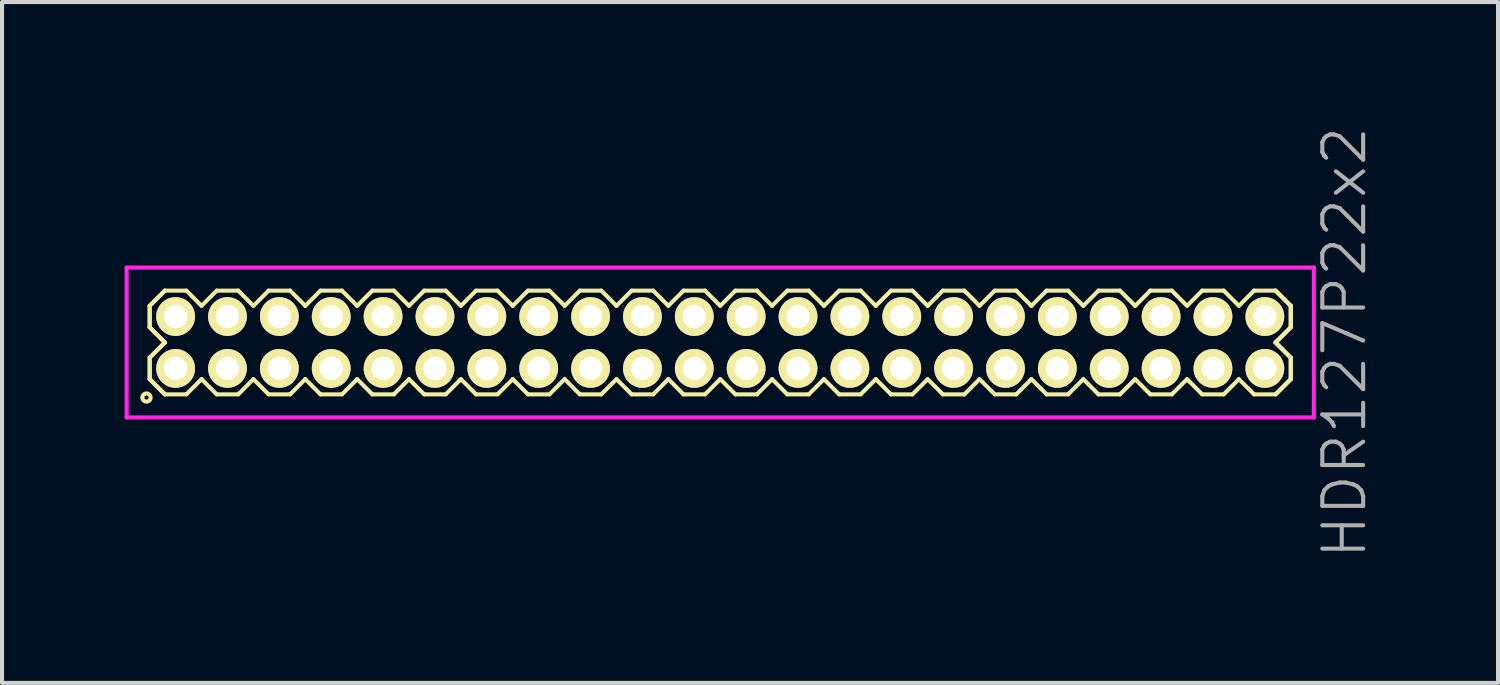
<source format=kicad_pcb>
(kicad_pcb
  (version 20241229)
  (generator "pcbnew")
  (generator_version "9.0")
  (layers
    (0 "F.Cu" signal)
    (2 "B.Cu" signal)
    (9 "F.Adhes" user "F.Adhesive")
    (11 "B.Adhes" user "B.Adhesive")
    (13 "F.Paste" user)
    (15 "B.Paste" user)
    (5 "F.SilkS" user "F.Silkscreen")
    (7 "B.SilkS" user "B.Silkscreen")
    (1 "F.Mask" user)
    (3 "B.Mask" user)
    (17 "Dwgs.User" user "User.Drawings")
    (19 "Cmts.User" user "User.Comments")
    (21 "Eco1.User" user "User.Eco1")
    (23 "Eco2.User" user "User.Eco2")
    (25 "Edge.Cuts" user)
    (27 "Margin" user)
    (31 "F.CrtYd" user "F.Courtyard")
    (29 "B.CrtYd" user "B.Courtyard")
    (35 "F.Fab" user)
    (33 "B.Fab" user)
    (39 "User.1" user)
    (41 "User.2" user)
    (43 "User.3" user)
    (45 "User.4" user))
  (footprint "HDR127P22x2"
    (layer "F.Cu")
    (at 14.585 5.336)
    (property "Reference" "HDR127P22x2" (at 15.285 0 90) (layer "F.Fab") (effects (font (size 1 1) (thickness 0.1))))
    (attr through_hole)
    (fp_line (start -13.97 -0.898) (end -13.598 -1.27) (stroke (width 0.1) (type solid)) (layer "F.SilkS"))
    (fp_line (start -13.97 -0.898) (end -13.598 -1.27) (stroke (width 0.1) (type solid)) (layer "F.SilkS"))
    (fp_line (start -13.97 -0.372) (end -13.97 -0.898) (stroke (width 0.1) (type solid)) (layer "F.SilkS"))
    (fp_line (start -13.97 -0.372) (end -13.97 -0.898) (stroke (width 0.1) (type solid)) (layer "F.SilkS"))
    (fp_line (start -13.97 0.372) (end -13.598 0) (stroke (width 0.1) (type solid)) (layer "F.SilkS"))
    (fp_line (start -13.97 0.372) (end -13.598 0) (stroke (width 0.1) (type solid)) (layer "F.SilkS"))
    (fp_line (start -13.97 0.898) (end -13.97 0.372) (stroke (width 0.1) (type solid)) (layer "F.SilkS"))
    (fp_line (start -13.97 0.898) (end -13.97 0.372) (stroke (width 0.1) (type solid)) (layer "F.SilkS"))
    (fp_line (start -13.598 -1.27) (end -13.072 -1.27) (stroke (width 0.1) (type solid)) (layer "F.SilkS"))
    (fp_line (start -13.598 0) (end -13.97 -0.372) (stroke (width 0.1) (type solid)) (layer "F.SilkS"))
    (fp_line (start -13.598 0) (end -13.97 -0.372) (stroke (width 0.1) (type solid)) (layer "F.SilkS"))
    (fp_line (start -13.598 1.27) (end -13.97 0.898) (stroke (width 0.1) (type solid)) (layer "F.SilkS"))
    (fp_line (start -13.598 1.27) (end -13.97 0.898) (stroke (width 0.1) (type solid)) (layer "F.SilkS"))
    (fp_line (start -13.072 -1.27) (end -12.7 -0.898) (stroke (width 0.1) (type solid)) (layer "F.SilkS"))
    (fp_line (start -13.072 1.27) (end -13.598 1.27) (stroke (width 0.1) (type solid)) (layer "F.SilkS"))
    (fp_line (start -12.7 -0.898) (end -12.328 -1.27) (stroke (width 0.1) (type solid)) (layer "F.SilkS"))
    (fp_line (start -12.7 0.898) (end -13.072 1.27) (stroke (width 0.1) (type solid)) (layer "F.SilkS"))
    (fp_line (start -12.328 -1.27) (end -11.802 -1.27) (stroke (width 0.1) (type solid)) (layer "F.SilkS"))
    (fp_line (start -12.328 1.27) (end -12.7 0.898) (stroke (width 0.1) (type solid)) (layer "F.SilkS"))
    (fp_line (start -11.802 -1.27) (end -11.43 -0.898) (stroke (width 0.1) (type solid)) (layer "F.SilkS"))
    (fp_line (start -11.802 1.27) (end -12.328 1.27) (stroke (width 0.1) (type solid)) (layer "F.SilkS"))
    (fp_line (start -11.43 -0.898) (end -11.058 -1.27) (stroke (width 0.1) (type solid)) (layer "F.SilkS"))
    (fp_line (start -11.43 0.898) (end -11.802 1.27) (stroke (width 0.1) (type solid)) (layer "F.SilkS"))
    (fp_line (start -11.058 -1.27) (end -10.532 -1.27) (stroke (width 0.1) (type solid)) (layer "F.SilkS"))
    (fp_line (start -11.058 1.27) (end -11.43 0.898) (stroke (width 0.1) (type solid)) (layer "F.SilkS"))
    (fp_line (start -10.532 -1.27) (end -10.16 -0.898) (stroke (width 0.1) (type solid)) (layer "F.SilkS"))
    (fp_line (start -10.532 1.27) (end -11.058 1.27) (stroke (width 0.1) (type solid)) (layer "F.SilkS"))
    (fp_line (start -10.16 -0.898) (end -9.788 -1.27) (stroke (width 0.1) (type solid)) (layer "F.SilkS"))
    (fp_line (start -10.16 0.898) (end -10.532 1.27) (stroke (width 0.1) (type solid)) (layer "F.SilkS"))
    (fp_line (start -9.788 -1.27) (end -9.262 -1.27) (stroke (width 0.1) (type solid)) (layer "F.SilkS"))
    (fp_line (start -9.788 1.27) (end -10.16 0.898) (stroke (width 0.1) (type solid)) (layer "F.SilkS"))
    (fp_line (start -9.262 -1.27) (end -8.89 -0.898) (stroke (width 0.1) (type solid)) (layer "F.SilkS"))
    (fp_line (start -9.262 1.27) (end -9.788 1.27) (stroke (width 0.1) (type solid)) (layer "F.SilkS"))
    (fp_line (start -8.89 -0.898) (end -8.518 -1.27) (stroke (width 0.1) (type solid)) (layer "F.SilkS"))
    (fp_line (start -8.89 0.898) (end -9.262 1.27) (stroke (width 0.1) (type solid)) (layer "F.SilkS"))
    (fp_line (start -8.518 -1.27) (end -7.992 -1.27) (stroke (width 0.1) (type solid)) (layer "F.SilkS"))
    (fp_line (start -8.518 1.27) (end -8.89 0.898) (stroke (width 0.1) (type solid)) (layer "F.SilkS"))
    (fp_line (start -7.992 -1.27) (end -7.62 -0.898) (stroke (width 0.1) (type solid)) (layer "F.SilkS"))
    (fp_line (start -7.992 1.27) (end -8.518 1.27) (stroke (width 0.1) (type solid)) (layer "F.SilkS"))
    (fp_line (start -7.62 -0.898) (end -7.248 -1.27) (stroke (width 0.1) (type solid)) (layer "F.SilkS"))
    (fp_line (start -7.62 0.898) (end -7.992 1.27) (stroke (width 0.1) (type solid)) (layer "F.SilkS"))
    (fp_line (start -7.248 -1.27) (end -6.722 -1.27) (stroke (width 0.1) (type solid)) (layer "F.SilkS"))
    (fp_line (start -7.248 1.27) (end -7.62 0.898) (stroke (width 0.1) (type solid)) (layer "F.SilkS"))
    (fp_line (start -6.722 -1.27) (end -6.35 -0.898) (stroke (width 0.1) (type solid)) (layer "F.SilkS"))
    (fp_line (start -6.722 1.27) (end -7.248 1.27) (stroke (width 0.1) (type solid)) (layer "F.SilkS"))
    (fp_line (start -6.35 -0.898) (end -5.978 -1.27) (stroke (width 0.1) (type solid)) (layer "F.SilkS"))
    (fp_line (start -6.35 0.898) (end -6.722 1.27) (stroke (width 0.1) (type solid)) (layer "F.SilkS"))
    (fp_line (start -5.978 -1.27) (end -5.452 -1.27) (stroke (width 0.1) (type solid)) (layer "F.SilkS"))
    (fp_line (start -5.978 1.27) (end -6.35 0.898) (stroke (width 0.1) (type solid)) (layer "F.SilkS"))
    (fp_line (start -5.452 -1.27) (end -5.08 -0.898) (stroke (width 0.1) (type solid)) (layer "F.SilkS"))
    (fp_line (start -5.452 1.27) (end -5.978 1.27) (stroke (width 0.1) (type solid)) (layer "F.SilkS"))
    (fp_line (start -5.08 -0.898) (end -4.708 -1.27) (stroke (width 0.1) (type solid)) (layer "F.SilkS"))
    (fp_line (start -5.08 0.898) (end -5.452 1.27) (stroke (width 0.1) (type solid)) (layer "F.SilkS"))
    (fp_line (start -4.708 -1.27) (end -4.182 -1.27) (stroke (width 0.1) (type solid)) (layer "F.SilkS"))
    (fp_line (start -4.708 1.27) (end -5.08 0.898) (stroke (width 0.1) (type solid)) (layer "F.SilkS"))
    (fp_line (start -4.182 -1.27) (end -3.81 -0.898) (stroke (width 0.1) (type solid)) (layer "F.SilkS"))
    (fp_line (start -4.182 1.27) (end -4.708 1.27) (stroke (width 0.1) (type solid)) (layer "F.SilkS"))
    (fp_line (start -3.81 -0.898) (end -3.438 -1.27) (stroke (width 0.1) (type solid)) (layer "F.SilkS"))
    (fp_line (start -3.81 0.898) (end -4.182 1.27) (stroke (width 0.1) (type solid)) (layer "F.SilkS"))
    (fp_line (start -3.438 -1.27) (end -2.912 -1.27) (stroke (width 0.1) (type solid)) (layer "F.SilkS"))
    (fp_line (start -3.438 1.27) (end -3.81 0.898) (stroke (width 0.1) (type solid)) (layer "F.SilkS"))
    (fp_line (start -2.912 -1.27) (end -2.54 -0.898) (stroke (width 0.1) (type solid)) (layer "F.SilkS"))
    (fp_line (start -2.912 1.27) (end -3.438 1.27) (stroke (width 0.1) (type solid)) (layer "F.SilkS"))
    (fp_line (start -2.54 -0.898) (end -2.168 -1.27) (stroke (width 0.1) (type solid)) (layer "F.SilkS"))
    (fp_line (start -2.54 0.898) (end -2.912 1.27) (stroke (width 0.1) (type solid)) (layer "F.SilkS"))
    (fp_line (start -2.168 -1.27) (end -1.642 -1.27) (stroke (width 0.1) (type solid)) (layer "F.SilkS"))
    (fp_line (start -2.168 1.27) (end -2.54 0.898) (stroke (width 0.1) (type solid)) (layer "F.SilkS"))
    (fp_line (start -1.642 -1.27) (end -1.27 -0.898) (stroke (width 0.1) (type solid)) (layer "F.SilkS"))
    (fp_line (start -1.642 1.27) (end -2.168 1.27) (stroke (width 0.1) (type solid)) (layer "F.SilkS"))
    (fp_line (start -1.27 -0.898) (end -0.898 -1.27) (stroke (width 0.1) (type solid)) (layer "F.SilkS"))
    (fp_line (start -1.27 0.898) (end -1.642 1.27) (stroke (width 0.1) (type solid)) (layer "F.SilkS"))
    (fp_line (start -0.898 -1.27) (end -0.372 -1.27) (stroke (width 0.1) (type solid)) (layer "F.SilkS"))
    (fp_line (start -0.898 1.27) (end -1.27 0.898) (stroke (width 0.1) (type solid)) (layer "F.SilkS"))
    (fp_line (start -0.372 -1.27) (end 0 -0.898) (stroke (width 0.1) (type solid)) (layer "F.SilkS"))
    (fp_line (start -0.372 1.27) (end -0.898 1.27) (stroke (width 0.1) (type solid)) (layer "F.SilkS"))
    (fp_line (start 0 -0.898) (end 0.372 -1.27) (stroke (width 0.1) (type solid)) (layer "F.SilkS"))
    (fp_line (start 0 0.898) (end -0.372 1.27) (stroke (width 0.1) (type solid)) (layer "F.SilkS"))
    (fp_line (start 0.372 -1.27) (end 0.898 -1.27) (stroke (width 0.1) (type solid)) (layer "F.SilkS"))
    (fp_line (start 0.372 1.27) (end 0 0.898) (stroke (width 0.1) (type solid)) (layer "F.SilkS"))
    (fp_line (start 0.898 -1.27) (end 1.27 -0.898) (stroke (width 0.1) (type solid)) (layer "F.SilkS"))
    (fp_line (start 0.898 1.27) (end 0.372 1.27) (stroke (width 0.1) (type solid)) (layer "F.SilkS"))
    (fp_line (start 1.27 -0.898) (end 1.642 -1.27) (stroke (width 0.1) (type solid)) (layer "F.SilkS"))
    (fp_line (start 1.27 0.898) (end 0.898 1.27) (stroke (width 0.1) (type solid)) (layer "F.SilkS"))
    (fp_line (start 1.642 -1.27) (end 2.168 -1.27) (stroke (width 0.1) (type solid)) (layer "F.SilkS"))
    (fp_line (start 1.642 1.27) (end 1.27 0.898) (stroke (width 0.1) (type solid)) (layer "F.SilkS"))
    (fp_line (start 2.168 -1.27) (end 2.54 -0.898) (stroke (width 0.1) (type solid)) (layer "F.SilkS"))
    (fp_line (start 2.168 1.27) (end 1.642 1.27) (stroke (width 0.1) (type solid)) (layer "F.SilkS"))
    (fp_line (start 2.54 -0.898) (end 2.912 -1.27) (stroke (width 0.1) (type solid)) (layer "F.SilkS"))
    (fp_line (start 2.54 0.898) (end 2.168 1.27) (stroke (width 0.1) (type solid)) (layer "F.SilkS"))
    (fp_line (start 2.912 -1.27) (end 3.438 -1.27) (stroke (width 0.1) (type solid)) (layer "F.SilkS"))
    (fp_line (start 2.912 1.27) (end 2.54 0.898) (stroke (width 0.1) (type solid)) (layer "F.SilkS"))
    (fp_line (start 3.438 -1.27) (end 3.81 -0.898) (stroke (width 0.1) (type solid)) (layer "F.SilkS"))
    (fp_line (start 3.438 1.27) (end 2.912 1.27) (stroke (width 0.1) (type solid)) (layer "F.SilkS"))
    (fp_line (start 3.81 -0.898) (end 4.182 -1.27) (stroke (width 0.1) (type solid)) (layer "F.SilkS"))
    (fp_line (start 3.81 0.898) (end 3.438 1.27) (stroke (width 0.1) (type solid)) (layer "F.SilkS"))
    (fp_line (start 4.182 -1.27) (end 4.708 -1.27) (stroke (width 0.1) (type solid)) (layer "F.SilkS"))
    (fp_line (start 4.182 1.27) (end 3.81 0.898) (stroke (width 0.1) (type solid)) (layer "F.SilkS"))
    (fp_line (start 4.708 -1.27) (end 5.08 -0.898) (stroke (width 0.1) (type solid)) (layer "F.SilkS"))
    (fp_line (start 4.708 1.27) (end 4.182 1.27) (stroke (width 0.1) (type solid)) (layer "F.SilkS"))
    (fp_line (start 5.08 -0.898) (end 5.452 -1.27) (stroke (width 0.1) (type solid)) (layer "F.SilkS"))
    (fp_line (start 5.08 0.898) (end 4.708 1.27) (stroke (width 0.1) (type solid)) (layer "F.SilkS"))
    (fp_line (start 5.452 -1.27) (end 5.978 -1.27) (stroke (width 0.1) (type solid)) (layer "F.SilkS"))
    (fp_line (start 5.452 1.27) (end 5.08 0.898) (stroke (width 0.1) (type solid)) (layer "F.SilkS"))
    (fp_line (start 5.978 -1.27) (end 6.35 -0.898) (stroke (width 0.1) (type solid)) (layer "F.SilkS"))
    (fp_line (start 5.978 1.27) (end 5.452 1.27) (stroke (width 0.1) (type solid)) (layer "F.SilkS"))
    (fp_line (start 6.35 -0.898) (end 6.722 -1.27) (stroke (width 0.1) (type solid)) (layer "F.SilkS"))
    (fp_line (start 6.35 0.898) (end 5.978 1.27) (stroke (width 0.1) (type solid)) (layer "F.SilkS"))
    (fp_line (start 6.722 -1.27) (end 7.248 -1.27) (stroke (width 0.1) (type solid)) (layer "F.SilkS"))
    (fp_line (start 6.722 1.27) (end 6.35 0.898) (stroke (width 0.1) (type solid)) (layer "F.SilkS"))
    (fp_line (start 7.248 -1.27) (end 7.62 -0.898) (stroke (width 0.1) (type solid)) (layer "F.SilkS"))
    (fp_line (start 7.248 1.27) (end 6.722 1.27) (stroke (width 0.1) (type solid)) (layer "F.SilkS"))
    (fp_line (start 7.62 -0.898) (end 7.992 -1.27) (stroke (width 0.1) (type solid)) (layer "F.SilkS"))
    (fp_line (start 7.62 0.898) (end 7.248 1.27) (stroke (width 0.1) (type solid)) (layer "F.SilkS"))
    (fp_line (start 7.992 -1.27) (end 8.518 -1.27) (stroke (width 0.1) (type solid)) (layer "F.SilkS"))
    (fp_line (start 7.992 1.27) (end 7.62 0.898) (stroke (width 0.1) (type solid)) (layer "F.SilkS"))
    (fp_line (start 8.518 -1.27) (end 8.89 -0.898) (stroke (width 0.1) (type solid)) (layer "F.SilkS"))
    (fp_line (start 8.518 1.27) (end 7.992 1.27) (stroke (width 0.1) (type solid)) (layer "F.SilkS"))
    (fp_line (start 8.89 -0.898) (end 9.262 -1.27) (stroke (width 0.1) (type solid)) (layer "F.SilkS"))
    (fp_line (start 8.89 0.898) (end 8.518 1.27) (stroke (width 0.1) (type solid)) (layer "F.SilkS"))
    (fp_line (start 9.262 -1.27) (end 9.788 -1.27) (stroke (width 0.1) (type solid)) (layer "F.SilkS"))
    (fp_line (start 9.262 1.27) (end 8.89 0.898) (stroke (width 0.1) (type solid)) (layer "F.SilkS"))
    (fp_line (start 9.788 -1.27) (end 10.16 -0.898) (stroke (width 0.1) (type solid)) (layer "F.SilkS"))
    (fp_line (start 9.788 1.27) (end 9.262 1.27) (stroke (width 0.1) (type solid)) (layer "F.SilkS"))
    (fp_line (start 10.16 -0.898) (end 10.532 -1.27) (stroke (width 0.1) (type solid)) (layer "F.SilkS"))
    (fp_line (start 10.16 0.898) (end 9.788 1.27) (stroke (width 0.1) (type solid)) (layer "F.SilkS"))
    (fp_line (start 10.532 -1.27) (end 11.058 -1.27) (stroke (width 0.1) (type solid)) (layer "F.SilkS"))
    (fp_line (start 10.532 1.27) (end 10.16 0.898) (stroke (width 0.1) (type solid)) (layer "F.SilkS"))
    (fp_line (start 11.058 -1.27) (end 11.43 -0.898) (stroke (width 0.1) (type solid)) (layer "F.SilkS"))
    (fp_line (start 11.058 1.27) (end 10.532 1.27) (stroke (width 0.1) (type solid)) (layer "F.SilkS"))
    (fp_line (start 11.43 -0.898) (end 11.802 -1.27) (stroke (width 0.1) (type solid)) (layer "F.SilkS"))
    (fp_line (start 11.43 0.898) (end 11.058 1.27) (stroke (width 0.1) (type solid)) (layer "F.SilkS"))
    (fp_line (start 11.802 -1.27) (end 12.328 -1.27) (stroke (width 0.1) (type solid)) (layer "F.SilkS"))
    (fp_line (start 11.802 1.27) (end 11.43 0.898) (stroke (width 0.1) (type solid)) (layer "F.SilkS"))
    (fp_line (start 12.328 -1.27) (end 12.7 -0.898) (stroke (width 0.1) (type solid)) (layer "F.SilkS"))
    (fp_line (start 12.328 1.27) (end 11.802 1.27) (stroke (width 0.1) (type solid)) (layer "F.SilkS"))
    (fp_line (start 12.7 -0.898) (end 13.072 -1.27) (stroke (width 0.1) (type solid)) (layer "F.SilkS"))
    (fp_line (start 12.7 0.898) (end 12.328 1.27) (stroke (width 0.1) (type solid)) (layer "F.SilkS"))
    (fp_line (start 13.072 -1.27) (end 13.598 -1.27) (stroke (width 0.1) (type solid)) (layer "F.SilkS"))
    (fp_line (start 13.072 1.27) (end 12.7 0.898) (stroke (width 0.1) (type solid)) (layer "F.SilkS"))
    (fp_line (start 13.598 -1.27) (end 13.97 -0.898) (stroke (width 0.1) (type solid)) (layer "F.SilkS"))
    (fp_line (start 13.598 -1.27) (end 13.97 -0.898) (stroke (width 0.1) (type solid)) (layer "F.SilkS"))
    (fp_line (start 13.598 0) (end 13.97 0.372) (stroke (width 0.1) (type solid)) (layer "F.SilkS"))
    (fp_line (start 13.598 0) (end 13.97 0.372) (stroke (width 0.1) (type solid)) (layer "F.SilkS"))
    (fp_line (start 13.598 1.27) (end 13.072 1.27) (stroke (width 0.1) (type solid)) (layer "F.SilkS"))
    (fp_line (start 13.97 -0.898) (end 13.97 -0.372) (stroke (width 0.1) (type solid)) (layer "F.SilkS"))
    (fp_line (start 13.97 -0.898) (end 13.97 -0.372) (stroke (width 0.1) (type solid)) (layer "F.SilkS"))
    (fp_line (start 13.97 -0.372) (end 13.598 0) (stroke (width 0.1) (type solid)) (layer "F.SilkS"))
    (fp_line (start 13.97 -0.372) (end 13.598 0) (stroke (width 0.1) (type solid)) (layer "F.SilkS"))
    (fp_line (start 13.97 0.372) (end 13.97 0.898) (stroke (width 0.1) (type solid)) (layer "F.SilkS"))
    (fp_line (start 13.97 0.372) (end 13.97 0.898) (stroke (width 0.1) (type solid)) (layer "F.SilkS"))
    (fp_line (start 13.97 0.898) (end 13.598 1.27) (stroke (width 0.1) (type solid)) (layer "F.SilkS"))
    (fp_line (start 13.97 0.898) (end 13.598 1.27) (stroke (width 0.1) (type solid)) (layer "F.SilkS"))
    (fp_circle (center -14.048 1.348) (end -13.948 1.348) (stroke (width 0.1) (type solid)) (fill no) (layer "F.SilkS"))
    (fp_line (start -14.535 -1.835) (end -14.535 1.835) (stroke (width 0.1) (type solid)) (layer "F.CrtYd"))
    (fp_line (start -14.535 1.835) (end 14.535 1.835) (stroke (width 0.1) (type solid)) (layer "F.CrtYd"))
    (fp_line (start 14.535 -1.835) (end -14.535 -1.835) (stroke (width 0.1) (type solid)) (layer "F.CrtYd"))
    (fp_line (start 14.535 1.835) (end 14.535 -1.835) (stroke (width 0.1) (type solid)) (layer "F.CrtYd"))
    (pad "1" thru_hole oval (at -13.335 0.635) (size 0.95 0.95) (drill 0.57) (layers "*.Cu" "*.Mask" "F.SilkS"))
    (pad "2" thru_hole oval (at -13.335 -0.635) (size 0.95 0.95) (drill 0.57) (layers "*.Cu" "*.Mask" "F.SilkS"))
    (pad "3" thru_hole oval (at -12.065 0.635) (size 0.95 0.95) (drill 0.57) (layers "*.Cu" "*.Mask" "F.SilkS"))
    (pad "4" thru_hole oval (at -12.065 -0.635) (size 0.95 0.95) (drill 0.57) (layers "*.Cu" "*.Mask" "F.SilkS"))
    (pad "5" thru_hole oval (at -10.795 0.635) (size 0.95 0.95) (drill 0.57) (layers "*.Cu" "*.Mask" "F.SilkS"))
    (pad "6" thru_hole oval (at -10.795 -0.635) (size 0.95 0.95) (drill 0.57) (layers "*.Cu" "*.Mask" "F.SilkS"))
    (pad "7" thru_hole oval (at -9.525 0.635) (size 0.95 0.95) (drill 0.57) (layers "*.Cu" "*.Mask" "F.SilkS"))
    (pad "8" thru_hole oval (at -9.525 -0.635) (size 0.95 0.95) (drill 0.57) (layers "*.Cu" "*.Mask" "F.SilkS"))
    (pad "9" thru_hole oval (at -8.255 0.635) (size 0.95 0.95) (drill 0.57) (layers "*.Cu" "*.Mask" "F.SilkS"))
    (pad "10" thru_hole oval (at -8.255 -0.635) (size 0.95 0.95) (drill 0.57) (layers "*.Cu" "*.Mask" "F.SilkS"))
    (pad "11" thru_hole oval (at -6.985 0.635) (size 0.95 0.95) (drill 0.57) (layers "*.Cu" "*.Mask" "F.SilkS"))
    (pad "12" thru_hole oval (at -6.985 -0.635) (size 0.95 0.95) (drill 0.57) (layers "*.Cu" "*.Mask" "F.SilkS"))
    (pad "13" thru_hole oval (at -5.715 0.635) (size 0.95 0.95) (drill 0.57) (layers "*.Cu" "*.Mask" "F.SilkS"))
    (pad "14" thru_hole oval (at -5.715 -0.635) (size 0.95 0.95) (drill 0.57) (layers "*.Cu" "*.Mask" "F.SilkS"))
    (pad "15" thru_hole oval (at -4.445 0.635) (size 0.95 0.95) (drill 0.57) (layers "*.Cu" "*.Mask" "F.SilkS"))
    (pad "16" thru_hole oval (at -4.445 -0.635) (size 0.95 0.95) (drill 0.57) (layers "*.Cu" "*.Mask" "F.SilkS"))
    (pad "17" thru_hole oval (at -3.175 0.635) (size 0.95 0.95) (drill 0.57) (layers "*.Cu" "*.Mask" "F.SilkS"))
    (pad "18" thru_hole oval (at -3.175 -0.635) (size 0.95 0.95) (drill 0.57) (layers "*.Cu" "*.Mask" "F.SilkS"))
    (pad "19" thru_hole oval (at -1.905 0.635) (size 0.95 0.95) (drill 0.57) (layers "*.Cu" "*.Mask" "F.SilkS"))
    (pad "20" thru_hole oval (at -1.905 -0.635) (size 0.95 0.95) (drill 0.57) (layers "*.Cu" "*.Mask" "F.SilkS"))
    (pad "21" thru_hole oval (at -0.635 0.635) (size 0.95 0.95) (drill 0.57) (layers "*.Cu" "*.Mask" "F.SilkS"))
    (pad "22" thru_hole oval (at -0.635 -0.635) (size 0.95 0.95) (drill 0.57) (layers "*.Cu" "*.Mask" "F.SilkS"))
    (pad "23" thru_hole oval (at 0.635 0.635) (size 0.95 0.95) (drill 0.57) (layers "*.Cu" "*.Mask" "F.SilkS"))
    (pad "24" thru_hole oval (at 0.635 -0.635) (size 0.95 0.95) (drill 0.57) (layers "*.Cu" "*.Mask" "F.SilkS"))
    (pad "25" thru_hole oval (at 1.905 0.635) (size 0.95 0.95) (drill 0.57) (layers "*.Cu" "*.Mask" "F.SilkS"))
    (pad "26" thru_hole oval (at 1.905 -0.635) (size 0.95 0.95) (drill 0.57) (layers "*.Cu" "*.Mask" "F.SilkS"))
    (pad "27" thru_hole oval (at 3.175 0.635) (size 0.95 0.95) (drill 0.57) (layers "*.Cu" "*.Mask" "F.SilkS"))
    (pad "28" thru_hole oval (at 3.175 -0.635) (size 0.95 0.95) (drill 0.57) (layers "*.Cu" "*.Mask" "F.SilkS"))
    (pad "29" thru_hole oval (at 4.445 0.635) (size 0.95 0.95) (drill 0.57) (layers "*.Cu" "*.Mask" "F.SilkS"))
    (pad "30" thru_hole oval (at 4.445 -0.635) (size 0.95 0.95) (drill 0.57) (layers "*.Cu" "*.Mask" "F.SilkS"))
    (pad "31" thru_hole oval (at 5.715 0.635) (size 0.95 0.95) (drill 0.57) (layers "*.Cu" "*.Mask" "F.SilkS"))
    (pad "32" thru_hole oval (at 5.715 -0.635) (size 0.95 0.95) (drill 0.57) (layers "*.Cu" "*.Mask" "F.SilkS"))
    (pad "33" thru_hole oval (at 6.985 0.635) (size 0.95 0.95) (drill 0.57) (layers "*.Cu" "*.Mask" "F.SilkS"))
    (pad "34" thru_hole oval (at 6.985 -0.635) (size 0.95 0.95) (drill 0.57) (layers "*.Cu" "*.Mask" "F.SilkS"))
    (pad "35" thru_hole oval (at 8.255 0.635) (size 0.95 0.95) (drill 0.57) (layers "*.Cu" "*.Mask" "F.SilkS"))
    (pad "36" thru_hole oval (at 8.255 -0.635) (size 0.95 0.95) (drill 0.57) (layers "*.Cu" "*.Mask" "F.SilkS"))
    (pad "37" thru_hole oval (at 9.525 0.635) (size 0.95 0.95) (drill 0.57) (layers "*.Cu" "*.Mask" "F.SilkS"))
    (pad "38" thru_hole oval (at 9.525 -0.635) (size 0.95 0.95) (drill 0.57) (layers "*.Cu" "*.Mask" "F.SilkS"))
    (pad "39" thru_hole oval (at 10.795 0.635) (size 0.95 0.95) (drill 0.57) (layers "*.Cu" "*.Mask" "F.SilkS"))
    (pad "40" thru_hole oval (at 10.795 -0.635) (size 0.95 0.95) (drill 0.57) (layers "*.Cu" "*.Mask" "F.SilkS"))
    (pad "41" thru_hole oval (at 12.065 0.635) (size 0.95 0.95) (drill 0.57) (layers "*.Cu" "*.Mask" "F.SilkS"))
    (pad "42" thru_hole oval (at 12.065 -0.635) (size 0.95 0.95) (drill 0.57) (layers "*.Cu" "*.Mask" "F.SilkS"))
    (pad "43" thru_hole oval (at 13.335 0.635) (size 0.95 0.95) (drill 0.57) (layers "*.Cu" "*.Mask" "F.SilkS"))
    (pad "44" thru_hole oval (at 13.335 -0.635) (size 0.95 0.95) (drill 0.57) (layers "*.Cu" "*.Mask" "F.SilkS")))
  (gr_rect
    (start -3 -3)
    (end 33.63 13.671)
    (stroke (width 0.1) (type default))
    (fill no)
    (layer "Edge.Cuts")))
</source>
